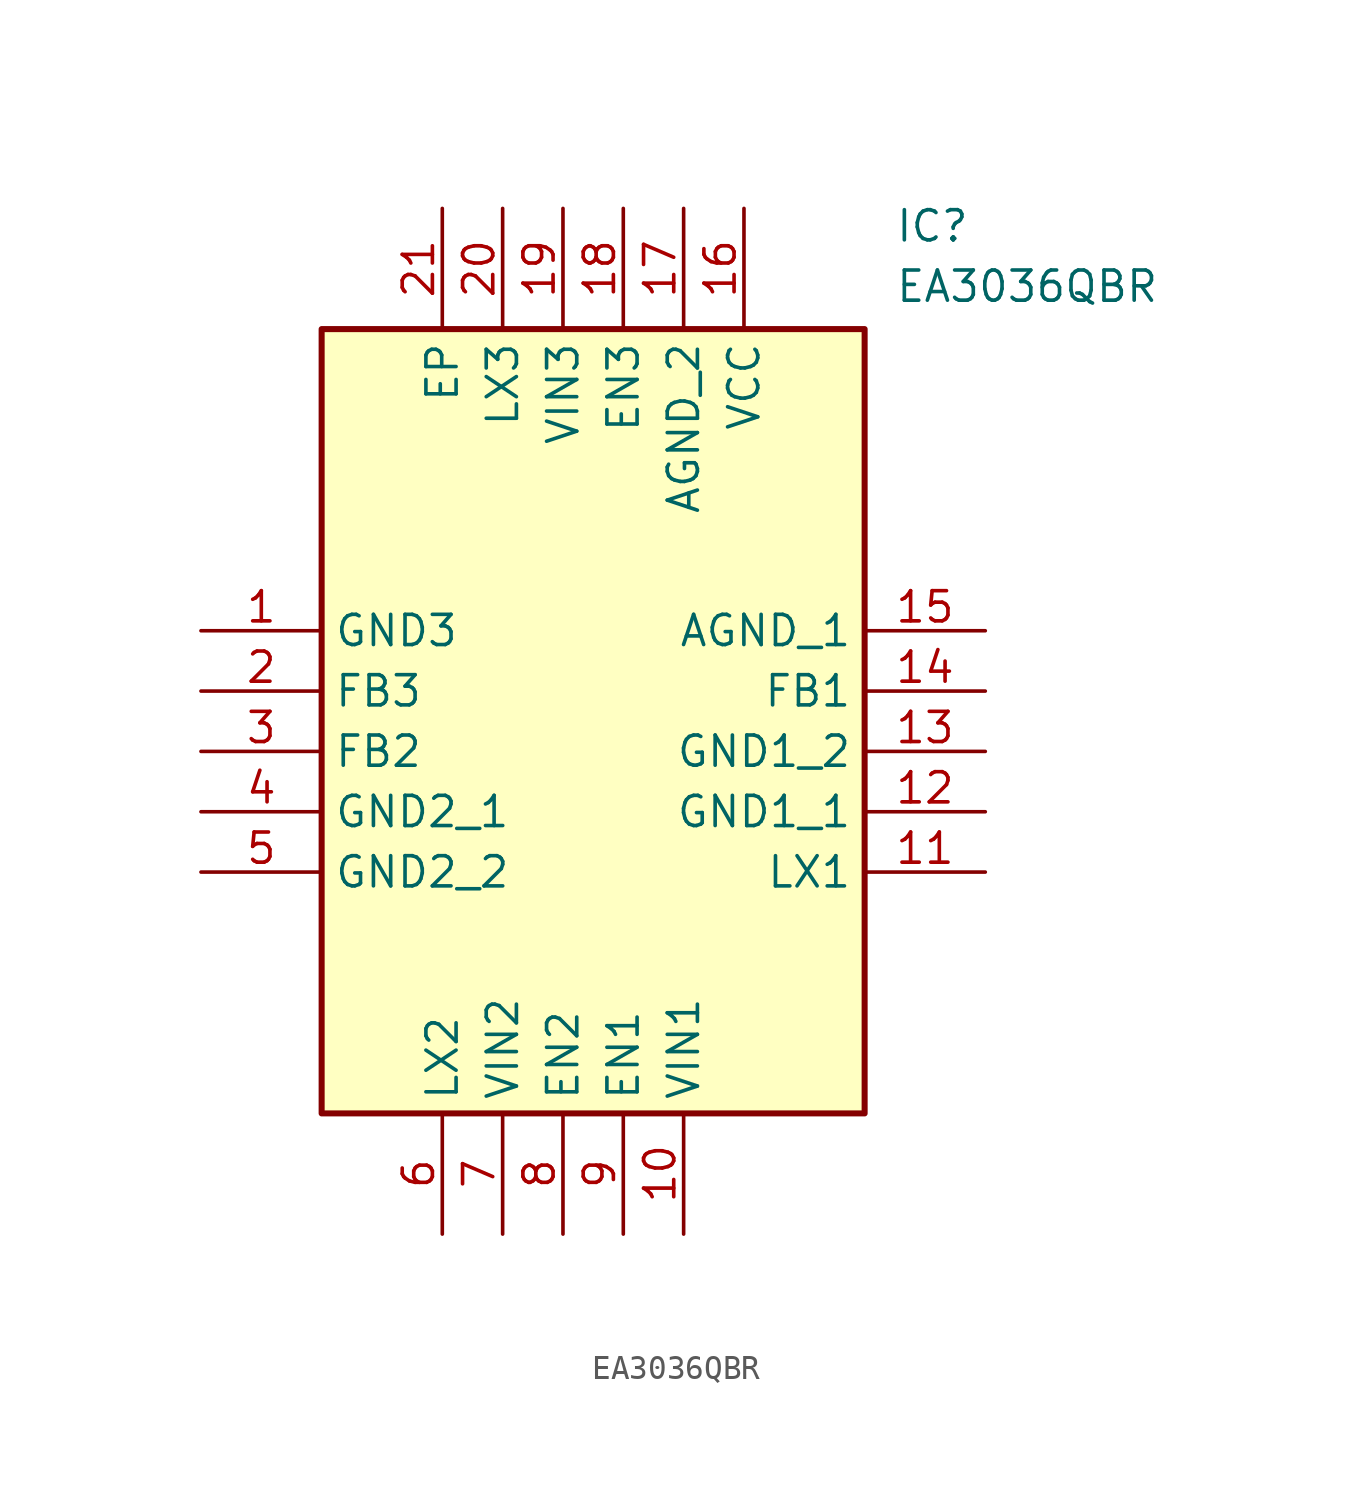
<source format=kicad_sym>
(kicad_symbol_lib
  (version 20211014)
  (generator SamacSys_ECAD_Model)
  (symbol "EA3036QBR"
    (property "Reference" "IC"
      (at 29.21 17.78 0)
      (effects (font (size 1.27 1.27)) (justify left top)))
    (property "Value" "EA3036QBR"
      (at 29.21 15.24 0)
      (effects (font (size 1.27 1.27)) (justify left top)))
    (rectangle
      (start 5.08 12.7)
      (end 27.94 -20.32)
      (stroke (width 0.254) (type default))
      (fill (type background)))
    (pin passive line
      (at 0 0 0)
      (length 5.08)
      (name "GND3" (effects (font (size 1.27 1.27))))
      (number "1" (effects (font (size 1.27 1.27)))))
    (pin passive line
      (at 0 -2.54 0)
      (length 5.08)
      (name "FB3" (effects (font (size 1.27 1.27))))
      (number "2" (effects (font (size 1.27 1.27)))))
    (pin passive line
      (at 0 -5.08 0)
      (length 5.08)
      (name "FB2" (effects (font (size 1.27 1.27))))
      (number "3" (effects (font (size 1.27 1.27)))))
    (pin passive line
      (at 0 -7.62 0)
      (length 5.08)
      (name "GND2_1" (effects (font (size 1.27 1.27))))
      (number "4" (effects (font (size 1.27 1.27)))))
    (pin passive line
      (at 0 -10.16 0)
      (length 5.08)
      (name "GND2_2" (effects (font (size 1.27 1.27))))
      (number "5" (effects (font (size 1.27 1.27)))))
    (pin passive line
      (at 10.16 -25.4 90)
      (length 5.08)
      (name "LX2" (effects (font (size 1.27 1.27))))
      (number "6" (effects (font (size 1.27 1.27)))))
    (pin passive line
      (at 12.7 -25.4 90)
      (length 5.08)
      (name "VIN2" (effects (font (size 1.27 1.27))))
      (number "7" (effects (font (size 1.27 1.27)))))
    (pin passive line
      (at 15.24 -25.4 90)
      (length 5.08)
      (name "EN2" (effects (font (size 1.27 1.27))))
      (number "8" (effects (font (size 1.27 1.27)))))
    (pin passive line
      (at 17.78 -25.4 90)
      (length 5.08)
      (name "EN1" (effects (font (size 1.27 1.27))))
      (number "9" (effects (font (size 1.27 1.27)))))
    (pin passive line
      (at 20.32 -25.4 90)
      (length 5.08)
      (name "VIN1" (effects (font (size 1.27 1.27))))
      (number "10" (effects (font (size 1.27 1.27)))))
    (pin passive line
      (at 33.02 0 180)
      (length 5.08)
      (name "AGND_1" (effects (font (size 1.27 1.27))))
      (number "15" (effects (font (size 1.27 1.27)))))
    (pin passive line
      (at 33.02 -2.54 180)
      (length 5.08)
      (name "FB1" (effects (font (size 1.27 1.27))))
      (number "14" (effects (font (size 1.27 1.27)))))
    (pin passive line
      (at 33.02 -5.08 180)
      (length 5.08)
      (name "GND1_2" (effects (font (size 1.27 1.27))))
      (number "13" (effects (font (size 1.27 1.27)))))
    (pin passive line
      (at 33.02 -7.62 180)
      (length 5.08)
      (name "GND1_1" (effects (font (size 1.27 1.27))))
      (number "12" (effects (font (size 1.27 1.27)))))
    (pin passive line
      (at 33.02 -10.16 180)
      (length 5.08)
      (name "LX1" (effects (font (size 1.27 1.27))))
      (number "11" (effects (font (size 1.27 1.27)))))
    (pin passive line
      (at 10.16 17.78 270)
      (length 5.08)
      (name "EP" (effects (font (size 1.27 1.27))))
      (number "21" (effects (font (size 1.27 1.27)))))
    (pin passive line
      (at 12.7 17.78 270)
      (length 5.08)
      (name "LX3" (effects (font (size 1.27 1.27))))
      (number "20" (effects (font (size 1.27 1.27)))))
    (pin passive line
      (at 15.24 17.78 270)
      (length 5.08)
      (name "VIN3" (effects (font (size 1.27 1.27))))
      (number "19" (effects (font (size 1.27 1.27)))))
    (pin passive line
      (at 17.78 17.78 270)
      (length 5.08)
      (name "EN3" (effects (font (size 1.27 1.27))))
      (number "18" (effects (font (size 1.27 1.27)))))
    (pin passive line
      (at 20.32 17.78 270)
      (length 5.08)
      (name "AGND_2" (effects (font (size 1.27 1.27))))
      (number "17" (effects (font (size 1.27 1.27)))))
    (pin passive line
      (at 22.86 17.78 270)
      (length 5.08)
      (name "VCC" (effects (font (size 1.27 1.27))))
      (number "16" (effects (font (size 1.27 1.27)))))))
</source>
